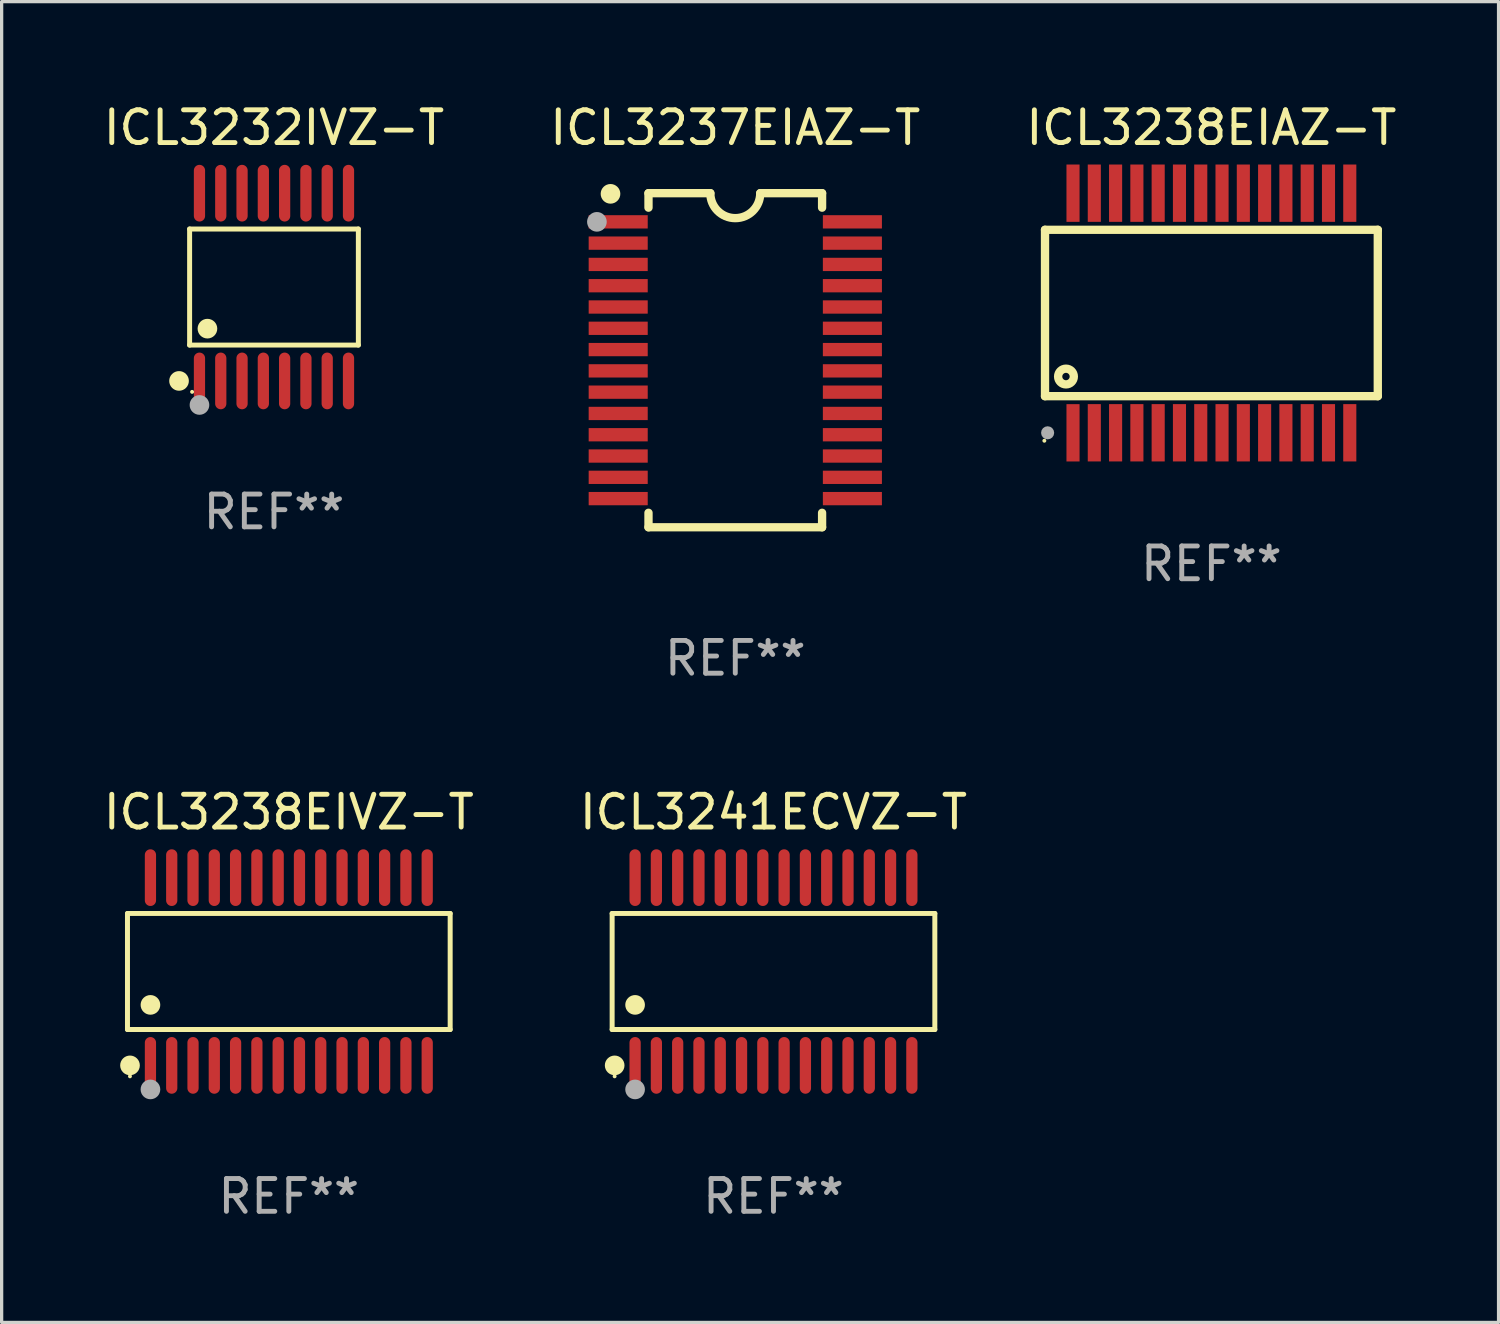
<source format=kicad_pcb>
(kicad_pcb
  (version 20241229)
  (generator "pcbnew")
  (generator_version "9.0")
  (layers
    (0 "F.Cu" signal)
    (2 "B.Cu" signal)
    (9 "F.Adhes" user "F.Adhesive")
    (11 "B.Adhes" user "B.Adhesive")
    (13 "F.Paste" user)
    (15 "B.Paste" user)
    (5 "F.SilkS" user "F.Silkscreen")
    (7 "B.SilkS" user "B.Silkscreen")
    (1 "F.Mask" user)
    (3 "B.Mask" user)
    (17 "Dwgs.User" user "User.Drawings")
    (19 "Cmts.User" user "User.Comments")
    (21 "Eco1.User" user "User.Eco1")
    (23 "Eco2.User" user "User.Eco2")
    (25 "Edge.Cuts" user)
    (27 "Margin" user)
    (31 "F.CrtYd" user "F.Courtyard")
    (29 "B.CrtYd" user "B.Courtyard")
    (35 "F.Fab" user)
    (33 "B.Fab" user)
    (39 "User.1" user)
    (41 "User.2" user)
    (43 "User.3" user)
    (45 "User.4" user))
  (footprint "ICL3241ECVZ-T"
    (layer "F.Cu")
    (at 20.565 26.611)
    (property "Reference" "ICL3241ECVZ-T" (at 0 -4.866 0) (layer "F.SilkS") (effects (font (size 1 1) (thickness 0.15))))
    (attr through_hole)
    (fp_line (start -4.926 -1.772) (end 4.926 -1.772) (stroke (width 0.152) (type solid)) (layer "F.SilkS"))
    (fp_line (start -4.926 1.771) (end -4.926 -1.772) (stroke (width 0.152) (type solid)) (layer "F.SilkS"))
    (fp_line (start 4.926 -1.772) (end 4.926 1.771) (stroke (width 0.152) (type solid)) (layer "F.SilkS"))
    (fp_line (start 4.926 1.771) (end -4.926 1.771) (stroke (width 0.152) (type solid)) (layer "F.SilkS"))
    (fp_circle (center -4.85 3.2) (end -4.82 3.2) (stroke (width 0.06) (type solid)) (fill no) (layer "F.SilkS"))
    (fp_circle (center -4.849 2.866) (end -4.699 2.866) (stroke (width 0.3) (type solid)) (fill no) (layer "F.SilkS"))
    (fp_circle (center -4.225 1.019) (end -4.075 1.019) (stroke (width 0.3) (type solid)) (fill no) (layer "F.SilkS"))
    (fp_circle (center -4.225 3.6) (end -4.075 3.6) (stroke (width 0.3) (type solid)) (fill no) (layer "F.Fab"))
    (fp_text user "REF**" (at 0 6.866 0) (layer "F.Fab") (effects (font (size 1 1) (thickness 0.15))))
    (pad "1" smd oval (at -4.225 2.866) (size 0.343 1.731) (layers "F.Cu" "F.Mask" "F.Paste"))
    (pad "2" smd oval (at -3.575 2.866) (size 0.343 1.731) (layers "F.Cu" "F.Mask" "F.Paste"))
    (pad "3" smd oval (at -2.925 2.866) (size 0.343 1.731) (layers "F.Cu" "F.Mask" "F.Paste"))
    (pad "4" smd oval (at -2.275 2.866) (size 0.343 1.731) (layers "F.Cu" "F.Mask" "F.Paste"))
    (pad "5" smd oval (at -1.625 2.866) (size 0.343 1.731) (layers "F.Cu" "F.Mask" "F.Paste"))
    (pad "6" smd oval (at -0.975 2.866) (size 0.343 1.731) (layers "F.Cu" "F.Mask" "F.Paste"))
    (pad "7" smd oval (at -0.325 2.866) (size 0.343 1.731) (layers "F.Cu" "F.Mask" "F.Paste"))
    (pad "8" smd oval (at 0.325 2.866) (size 0.343 1.731) (layers "F.Cu" "F.Mask" "F.Paste"))
    (pad "9" smd oval (at 0.975 2.866) (size 0.343 1.731) (layers "F.Cu" "F.Mask" "F.Paste"))
    (pad "10" smd oval (at 1.625 2.866) (size 0.343 1.731) (layers "F.Cu" "F.Mask" "F.Paste"))
    (pad "11" smd oval (at 2.275 2.866) (size 0.343 1.731) (layers "F.Cu" "F.Mask" "F.Paste"))
    (pad "12" smd oval (at 2.925 2.866) (size 0.343 1.731) (layers "F.Cu" "F.Mask" "F.Paste"))
    (pad "13" smd oval (at 3.575 2.866) (size 0.343 1.731) (layers "F.Cu" "F.Mask" "F.Paste"))
    (pad "14" smd oval (at 4.225 2.866) (size 0.343 1.731) (layers "F.Cu" "F.Mask" "F.Paste"))
    (pad "15" smd oval (at 4.225 -2.866) (size 0.343 1.731) (layers "F.Cu" "F.Mask" "F.Paste"))
    (pad "16" smd oval (at 3.575 -2.866) (size 0.343 1.731) (layers "F.Cu" "F.Mask" "F.Paste"))
    (pad "17" smd oval (at 2.925 -2.866) (size 0.343 1.731) (layers "F.Cu" "F.Mask" "F.Paste"))
    (pad "18" smd oval (at 2.275 -2.866) (size 0.343 1.731) (layers "F.Cu" "F.Mask" "F.Paste"))
    (pad "19" smd oval (at 1.625 -2.866) (size 0.343 1.731) (layers "F.Cu" "F.Mask" "F.Paste"))
    (pad "20" smd oval (at 0.975 -2.866) (size 0.343 1.731) (layers "F.Cu" "F.Mask" "F.Paste"))
    (pad "21" smd oval (at 0.325 -2.866) (size 0.343 1.731) (layers "F.Cu" "F.Mask" "F.Paste"))
    (pad "22" smd oval (at -0.325 -2.866) (size 0.343 1.731) (layers "F.Cu" "F.Mask" "F.Paste"))
    (pad "23" smd oval (at -0.975 -2.866) (size 0.343 1.731) (layers "F.Cu" "F.Mask" "F.Paste"))
    (pad "24" smd oval (at -1.625 -2.866) (size 0.343 1.731) (layers "F.Cu" "F.Mask" "F.Paste"))
    (pad "25" smd oval (at -2.275 -2.866) (size 0.343 1.731) (layers "F.Cu" "F.Mask" "F.Paste"))
    (pad "26" smd oval (at -2.925 -2.866) (size 0.343 1.731) (layers "F.Cu" "F.Mask" "F.Paste"))
    (pad "27" smd oval (at -3.575 -2.866) (size 0.343 1.731) (layers "F.Cu" "F.Mask" "F.Paste"))
    (pad "28" smd oval (at -4.225 -2.866) (size 0.343 1.731) (layers "F.Cu" "F.Mask" "F.Paste")))
  (footprint "ICL3238EIAZ-T"
    (layer "F.Cu")
    (at 33.935 6.506)
    (property "Reference" "ICL3238EIAZ-T" (at 0 -5.658 0) (layer "F.SilkS") (effects (font (size 1 1) (thickness 0.15))))
    (attr through_hole)
    (fp_line (start -5.08 -2.54) (end -5.08 2.54) (stroke (width 0.254) (type solid)) (layer "F.SilkS"))
    (fp_line (start -5.08 -2.54) (end 5.08 -2.54) (stroke (width 0.254) (type solid)) (layer "F.SilkS"))
    (fp_line (start 5.08 -2.54) (end 5.08 2.54) (stroke (width 0.254) (type solid)) (layer "F.SilkS"))
    (fp_line (start 5.08 2.54) (end -5.08 2.54) (stroke (width 0.254) (type solid)) (layer "F.SilkS"))
    (fp_circle (center -5.1 3.9) (end -5.07 3.9) (stroke (width 0.06) (type solid)) (fill no) (layer "F.SilkS"))
    (fp_circle (center -4.44 1.94) (end -4.2 1.94) (stroke (width 0.254) (type solid)) (fill no) (layer "F.SilkS"))
    (fp_circle (center -5 3.658) (end -4.9 3.658) (stroke (width 0.2) (type solid)) (fill no) (layer "F.Fab"))
    (fp_text user "REF**" (at 0 7.658 0) (layer "F.Fab") (effects (font (size 1 1) (thickness 0.15))))
    (pad "1" smd rect (at -4.225 3.658) (size 0.4 1.75) (layers "F.Cu" "F.Mask" "F.Paste"))
    (pad "2" smd rect (at -3.575 3.657) (size 0.4 1.75) (layers "F.Cu" "F.Mask" "F.Paste"))
    (pad "3" smd rect (at -2.925 3.657) (size 0.4 1.75) (layers "F.Cu" "F.Mask" "F.Paste"))
    (pad "4" smd rect (at -2.275 3.657) (size 0.4 1.75) (layers "F.Cu" "F.Mask" "F.Paste"))
    (pad "5" smd rect (at -1.625 3.657) (size 0.4 1.75) (layers "F.Cu" "F.Mask" "F.Paste"))
    (pad "6" smd rect (at -0.975 3.657) (size 0.4 1.75) (layers "F.Cu" "F.Mask" "F.Paste"))
    (pad "7" smd rect (at -0.325 3.657) (size 0.4 1.75) (layers "F.Cu" "F.Mask" "F.Paste"))
    (pad "8" smd rect (at 0.325 3.657) (size 0.4 1.75) (layers "F.Cu" "F.Mask" "F.Paste"))
    (pad "9" smd rect (at 0.975 3.657) (size 0.4 1.75) (layers "F.Cu" "F.Mask" "F.Paste"))
    (pad "10" smd rect (at 1.625 3.657) (size 0.4 1.75) (layers "F.Cu" "F.Mask" "F.Paste"))
    (pad "11" smd rect (at 2.275 3.657) (size 0.4 1.75) (layers "F.Cu" "F.Mask" "F.Paste"))
    (pad "12" smd rect (at 2.925 3.657) (size 0.4 1.75) (layers "F.Cu" "F.Mask" "F.Paste"))
    (pad "13" smd rect (at 3.575 3.657) (size 0.4 1.75) (layers "F.Cu" "F.Mask" "F.Paste"))
    (pad "14" smd rect (at 4.225 3.657) (size 0.4 1.75) (layers "F.Cu" "F.Mask" "F.Paste"))
    (pad "15" smd rect (at 4.225 -3.658) (size 0.4 1.75) (layers "F.Cu" "F.Mask" "F.Paste"))
    (pad "16" smd rect (at 3.575 -3.658) (size 0.4 1.75) (layers "F.Cu" "F.Mask" "F.Paste"))
    (pad "17" smd rect (at 2.925 -3.658) (size 0.4 1.75) (layers "F.Cu" "F.Mask" "F.Paste"))
    (pad "18" smd rect (at 2.275 -3.658) (size 0.4 1.75) (layers "F.Cu" "F.Mask" "F.Paste"))
    (pad "19" smd rect (at 1.625 -3.658) (size 0.4 1.75) (layers "F.Cu" "F.Mask" "F.Paste"))
    (pad "20" smd rect (at 0.975 -3.658) (size 0.4 1.75) (layers "F.Cu" "F.Mask" "F.Paste"))
    (pad "21" smd rect (at 0.325 -3.658) (size 0.4 1.75) (layers "F.Cu" "F.Mask" "F.Paste"))
    (pad "22" smd rect (at -0.325 -3.658) (size 0.4 1.75) (layers "F.Cu" "F.Mask" "F.Paste"))
    (pad "23" smd rect (at -0.975 -3.658) (size 0.4 1.75) (layers "F.Cu" "F.Mask" "F.Paste"))
    (pad "24" smd rect (at -1.625 -3.658) (size 0.4 1.75) (layers "F.Cu" "F.Mask" "F.Paste"))
    (pad "25" smd rect (at -2.275 -3.658) (size 0.4 1.75) (layers "F.Cu" "F.Mask" "F.Paste"))
    (pad "26" smd rect (at -2.925 -3.658) (size 0.4 1.75) (layers "F.Cu" "F.Mask" "F.Paste"))
    (pad "27" smd rect (at -3.575 -3.658) (size 0.4 1.75) (layers "F.Cu" "F.Mask" "F.Paste"))
    (pad "28" smd rect (at -4.225 -3.658) (size 0.4 1.75) (layers "F.Cu" "F.Mask" "F.Paste")))
  (footprint "ICL3237EIAZ-T"
    (layer "F.Cu")
    (at 19.399 7.948)
    (property "Reference" "ICL3237EIAZ-T" (at 0 -7.1 0) (layer "F.SilkS") (effects (font (size 1 1) (thickness 0.15))))
    (attr through_hole)
    (fp_line (start -2.65 -5.1) (end -0.762 -5.1) (stroke (width 0.254) (type solid)) (layer "F.SilkS"))
    (fp_line (start -2.65 -4.658) (end -2.65 -5.1) (stroke (width 0.254) (type solid)) (layer "F.SilkS"))
    (fp_line (start -2.65 5.1) (end -2.65 4.658) (stroke (width 0.254) (type solid)) (layer "F.SilkS"))
    (fp_line (start -2.65 5.1) (end 2.65 5.1) (stroke (width 0.254) (type solid)) (layer "F.SilkS"))
    (fp_line (start 2.65 -5.1) (end 0.762 -5.1) (stroke (width 0.254) (type solid)) (layer "F.SilkS"))
    (fp_line (start 2.65 -5.1) (end 2.65 -4.658) (stroke (width 0.254) (type solid)) (layer "F.SilkS"))
    (fp_line (start 2.65 4.658) (end 2.65 5.1) (stroke (width 0.254) (type solid)) (layer "F.SilkS"))
    (fp_arc (start 0.761925 -5.1) (mid -0.000241 -4.338329) (end -0.762077 -5.10033) (stroke (width 0.254001) (type solid)) (layer "F.SilkS"))
    (fp_circle (center -3.858 -5.07) (end -3.828 -5.07) (stroke (width 0.06) (type solid)) (fill no) (layer "F.SilkS"))
    (fp_circle (center -3.81 -5.08) (end -3.66 -5.08) (stroke (width 0.3) (type solid)) (fill no) (layer "F.SilkS"))
    (fp_circle (center -4.225 -4.225) (end -4.075 -4.225) (stroke (width 0.3) (type solid)) (fill no) (layer "F.Fab"))
    (fp_text user "REF**" (at 0 9.1 0) (layer "F.Fab") (effects (font (size 1 1) (thickness 0.15))))
    (pad "1" smd rect (at -3.575 -4.225) (size 1.803 0.406) (layers "F.Cu" "F.Mask" "F.Paste"))
    (pad "2" smd rect (at -3.575 -3.575) (size 1.803 0.406) (layers "F.Cu" "F.Mask" "F.Paste"))
    (pad "3" smd rect (at -3.575 -2.925) (size 1.803 0.406) (layers "F.Cu" "F.Mask" "F.Paste"))
    (pad "4" smd rect (at -3.575 -2.275) (size 1.803 0.406) (layers "F.Cu" "F.Mask" "F.Paste"))
    (pad "5" smd rect (at -3.575 -1.625) (size 1.803 0.406) (layers "F.Cu" "F.Mask" "F.Paste"))
    (pad "6" smd rect (at -3.575 -0.975) (size 1.803 0.406) (layers "F.Cu" "F.Mask" "F.Paste"))
    (pad "7" smd rect (at -3.575 -0.325) (size 1.803 0.406) (layers "F.Cu" "F.Mask" "F.Paste"))
    (pad "8" smd rect (at -3.575 0.325) (size 1.803 0.406) (layers "F.Cu" "F.Mask" "F.Paste"))
    (pad "9" smd rect (at -3.575 0.975) (size 1.803 0.406) (layers "F.Cu" "F.Mask" "F.Paste"))
    (pad "10" smd rect (at -3.575 1.625) (size 1.803 0.406) (layers "F.Cu" "F.Mask" "F.Paste"))
    (pad "11" smd rect (at -3.575 2.275) (size 1.803 0.406) (layers "F.Cu" "F.Mask" "F.Paste"))
    (pad "12" smd rect (at -3.575 2.925) (size 1.803 0.406) (layers "F.Cu" "F.Mask" "F.Paste"))
    (pad "13" smd rect (at -3.575 3.575) (size 1.803 0.406) (layers "F.Cu" "F.Mask" "F.Paste"))
    (pad "14" smd rect (at -3.575 4.225) (size 1.803 0.406) (layers "F.Cu" "F.Mask" "F.Paste"))
    (pad "15" smd rect (at 3.575 4.225) (size 1.803 0.406) (layers "F.Cu" "F.Mask" "F.Paste"))
    (pad "16" smd rect (at 3.575 3.575) (size 1.803 0.406) (layers "F.Cu" "F.Mask" "F.Paste"))
    (pad "17" smd rect (at 3.575 2.925) (size 1.803 0.406) (layers "F.Cu" "F.Mask" "F.Paste"))
    (pad "18" smd rect (at 3.575 2.275) (size 1.803 0.406) (layers "F.Cu" "F.Mask" "F.Paste"))
    (pad "19" smd rect (at 3.575 1.625) (size 1.803 0.406) (layers "F.Cu" "F.Mask" "F.Paste"))
    (pad "20" smd rect (at 3.575 0.975) (size 1.803 0.406) (layers "F.Cu" "F.Mask" "F.Paste"))
    (pad "21" smd rect (at 3.575 0.325) (size 1.803 0.406) (layers "F.Cu" "F.Mask" "F.Paste"))
    (pad "22" smd rect (at 3.575 -0.325) (size 1.803 0.406) (layers "F.Cu" "F.Mask" "F.Paste"))
    (pad "23" smd rect (at 3.575 -0.975) (size 1.803 0.406) (layers "F.Cu" "F.Mask" "F.Paste"))
    (pad "24" smd rect (at 3.575 -1.625) (size 1.803 0.406) (layers "F.Cu" "F.Mask" "F.Paste"))
    (pad "25" smd rect (at 3.575 -2.275) (size 1.803 0.406) (layers "F.Cu" "F.Mask" "F.Paste"))
    (pad "26" smd rect (at 3.575 -2.925) (size 1.803 0.406) (layers "F.Cu" "F.Mask" "F.Paste"))
    (pad "27" smd rect (at 3.575 -3.575) (size 1.803 0.406) (layers "F.Cu" "F.Mask" "F.Paste"))
    (pad "28" smd rect (at 3.575 -4.225) (size 1.803 0.406) (layers "F.Cu" "F.Mask" "F.Paste")))
  (footprint "ICL3238EIVZ-T"
    (layer "F.Cu")
    (at 5.768 26.611)
    (property "Reference" "ICL3238EIVZ-T" (at 0 -4.866 0) (layer "F.SilkS") (effects (font (size 1 1) (thickness 0.15))))
    (attr through_hole)
    (fp_line (start -4.926 -1.772) (end 4.926 -1.772) (stroke (width 0.152) (type solid)) (layer "F.SilkS"))
    (fp_line (start -4.926 1.771) (end -4.926 -1.772) (stroke (width 0.152) (type solid)) (layer "F.SilkS"))
    (fp_line (start 4.926 -1.772) (end 4.926 1.771) (stroke (width 0.152) (type solid)) (layer "F.SilkS"))
    (fp_line (start 4.926 1.771) (end -4.926 1.771) (stroke (width 0.152) (type solid)) (layer "F.SilkS"))
    (fp_circle (center -4.85 3.2) (end -4.82 3.2) (stroke (width 0.06) (type solid)) (fill no) (layer "F.SilkS"))
    (fp_circle (center -4.849 2.866) (end -4.699 2.866) (stroke (width 0.3) (type solid)) (fill no) (layer "F.SilkS"))
    (fp_circle (center -4.225 1.019) (end -4.075 1.019) (stroke (width 0.3) (type solid)) (fill no) (layer "F.SilkS"))
    (fp_circle (center -4.225 3.6) (end -4.075 3.6) (stroke (width 0.3) (type solid)) (fill no) (layer "F.Fab"))
    (fp_text user "REF**" (at 0 6.866 0) (layer "F.Fab") (effects (font (size 1 1) (thickness 0.15))))
    (pad "1" smd oval (at -4.225 2.866) (size 0.343 1.731) (layers "F.Cu" "F.Mask" "F.Paste"))
    (pad "2" smd oval (at -3.575 2.866) (size 0.343 1.731) (layers "F.Cu" "F.Mask" "F.Paste"))
    (pad "3" smd oval (at -2.925 2.866) (size 0.343 1.731) (layers "F.Cu" "F.Mask" "F.Paste"))
    (pad "4" smd oval (at -2.275 2.866) (size 0.343 1.731) (layers "F.Cu" "F.Mask" "F.Paste"))
    (pad "5" smd oval (at -1.625 2.866) (size 0.343 1.731) (layers "F.Cu" "F.Mask" "F.Paste"))
    (pad "6" smd oval (at -0.975 2.866) (size 0.343 1.731) (layers "F.Cu" "F.Mask" "F.Paste"))
    (pad "7" smd oval (at -0.325 2.866) (size 0.343 1.731) (layers "F.Cu" "F.Mask" "F.Paste"))
    (pad "8" smd oval (at 0.325 2.866) (size 0.343 1.731) (layers "F.Cu" "F.Mask" "F.Paste"))
    (pad "9" smd oval (at 0.975 2.866) (size 0.343 1.731) (layers "F.Cu" "F.Mask" "F.Paste"))
    (pad "10" smd oval (at 1.625 2.866) (size 0.343 1.731) (layers "F.Cu" "F.Mask" "F.Paste"))
    (pad "11" smd oval (at 2.275 2.866) (size 0.343 1.731) (layers "F.Cu" "F.Mask" "F.Paste"))
    (pad "12" smd oval (at 2.925 2.866) (size 0.343 1.731) (layers "F.Cu" "F.Mask" "F.Paste"))
    (pad "13" smd oval (at 3.575 2.866) (size 0.343 1.731) (layers "F.Cu" "F.Mask" "F.Paste"))
    (pad "14" smd oval (at 4.225 2.866) (size 0.343 1.731) (layers "F.Cu" "F.Mask" "F.Paste"))
    (pad "15" smd oval (at 4.225 -2.866) (size 0.343 1.731) (layers "F.Cu" "F.Mask" "F.Paste"))
    (pad "16" smd oval (at 3.575 -2.866) (size 0.343 1.731) (layers "F.Cu" "F.Mask" "F.Paste"))
    (pad "17" smd oval (at 2.925 -2.866) (size 0.343 1.731) (layers "F.Cu" "F.Mask" "F.Paste"))
    (pad "18" smd oval (at 2.275 -2.866) (size 0.343 1.731) (layers "F.Cu" "F.Mask" "F.Paste"))
    (pad "19" smd oval (at 1.625 -2.866) (size 0.343 1.731) (layers "F.Cu" "F.Mask" "F.Paste"))
    (pad "20" smd oval (at 0.975 -2.866) (size 0.343 1.731) (layers "F.Cu" "F.Mask" "F.Paste"))
    (pad "21" smd oval (at 0.325 -2.866) (size 0.343 1.731) (layers "F.Cu" "F.Mask" "F.Paste"))
    (pad "22" smd oval (at -0.325 -2.866) (size 0.343 1.731) (layers "F.Cu" "F.Mask" "F.Paste"))
    (pad "23" smd oval (at -0.975 -2.866) (size 0.343 1.731) (layers "F.Cu" "F.Mask" "F.Paste"))
    (pad "24" smd oval (at -1.625 -2.866) (size 0.343 1.731) (layers "F.Cu" "F.Mask" "F.Paste"))
    (pad "25" smd oval (at -2.275 -2.866) (size 0.343 1.731) (layers "F.Cu" "F.Mask" "F.Paste"))
    (pad "26" smd oval (at -2.925 -2.866) (size 0.343 1.731) (layers "F.Cu" "F.Mask" "F.Paste"))
    (pad "27" smd oval (at -3.575 -2.866) (size 0.343 1.731) (layers "F.Cu" "F.Mask" "F.Paste"))
    (pad "28" smd oval (at -4.225 -2.866) (size 0.343 1.731) (layers "F.Cu" "F.Mask" "F.Paste")))
  (footprint "ICL3232IVZ-T"
    (layer "F.Cu")
    (at 5.315 5.714)
    (property "Reference" "ICL3232IVZ-T" (at 0 -4.866 0) (layer "F.SilkS") (effects (font (size 1 1) (thickness 0.15))))
    (attr through_hole)
    (fp_line (start -2.576 -1.772) (end 2.576 -1.772) (stroke (width 0.152) (type solid)) (layer "F.SilkS"))
    (fp_line (start -2.576 1.771) (end -2.576 -1.772) (stroke (width 0.152) (type solid)) (layer "F.SilkS"))
    (fp_line (start 2.576 -1.772) (end 2.576 1.771) (stroke (width 0.152) (type solid)) (layer "F.SilkS"))
    (fp_line (start 2.576 1.771) (end -2.576 1.771) (stroke (width 0.152) (type solid)) (layer "F.SilkS"))
    (fp_circle (center -2.899 2.866) (end -2.749 2.866) (stroke (width 0.3) (type solid)) (fill no) (layer "F.SilkS"))
    (fp_circle (center -2.5 3.2) (end -2.47 3.2) (stroke (width 0.06) (type solid)) (fill no) (layer "F.SilkS"))
    (fp_circle (center -2.032 1.27) (end -1.882 1.27) (stroke (width 0.3) (type solid)) (fill no) (layer "F.SilkS"))
    (fp_circle (center -2.275 3.6) (end -2.125 3.6) (stroke (width 0.3) (type solid)) (fill no) (layer "F.Fab"))
    (fp_text user "REF**" (at 0 6.866 0) (layer "F.Fab") (effects (font (size 1 1) (thickness 0.15))))
    (pad "1" smd oval (at -2.275 2.866) (size 0.343 1.731) (layers "F.Cu" "F.Mask" "F.Paste"))
    (pad "2" smd oval (at -1.625 2.866) (size 0.343 1.731) (layers "F.Cu" "F.Mask" "F.Paste"))
    (pad "3" smd oval (at -0.975 2.866) (size 0.343 1.731) (layers "F.Cu" "F.Mask" "F.Paste"))
    (pad "4" smd oval (at -0.325 2.866) (size 0.343 1.731) (layers "F.Cu" "F.Mask" "F.Paste"))
    (pad "5" smd oval (at 0.325 2.866) (size 0.343 1.731) (layers "F.Cu" "F.Mask" "F.Paste"))
    (pad "6" smd oval (at 0.975 2.866) (size 0.343 1.731) (layers "F.Cu" "F.Mask" "F.Paste"))
    (pad "7" smd oval (at 1.625 2.866) (size 0.343 1.731) (layers "F.Cu" "F.Mask" "F.Paste"))
    (pad "8" smd oval (at 2.275 2.866) (size 0.343 1.731) (layers "F.Cu" "F.Mask" "F.Paste"))
    (pad "9" smd oval (at 2.275 -2.866) (size 0.343 1.731) (layers "F.Cu" "F.Mask" "F.Paste"))
    (pad "10" smd oval (at 1.625 -2.866) (size 0.343 1.731) (layers "F.Cu" "F.Mask" "F.Paste"))
    (pad "11" smd oval (at 0.975 -2.866) (size 0.343 1.731) (layers "F.Cu" "F.Mask" "F.Paste"))
    (pad "12" smd oval (at 0.325 -2.866) (size 0.343 1.731) (layers "F.Cu" "F.Mask" "F.Paste"))
    (pad "13" smd oval (at -0.325 -2.866) (size 0.343 1.731) (layers "F.Cu" "F.Mask" "F.Paste"))
    (pad "14" smd oval (at -0.975 -2.866) (size 0.343 1.731) (layers "F.Cu" "F.Mask" "F.Paste"))
    (pad "15" smd oval (at -1.625 -2.866) (size 0.343 1.731) (layers "F.Cu" "F.Mask" "F.Paste"))
    (pad "16" smd oval (at -2.275 -2.866) (size 0.343 1.731) (layers "F.Cu" "F.Mask" "F.Paste")))
  (gr_rect
    (start -3 -3)
    (end 42.702 37.325)
    (stroke (width 0.1) (type default))
    (fill no)
    (layer "Edge.Cuts")))
</source>
